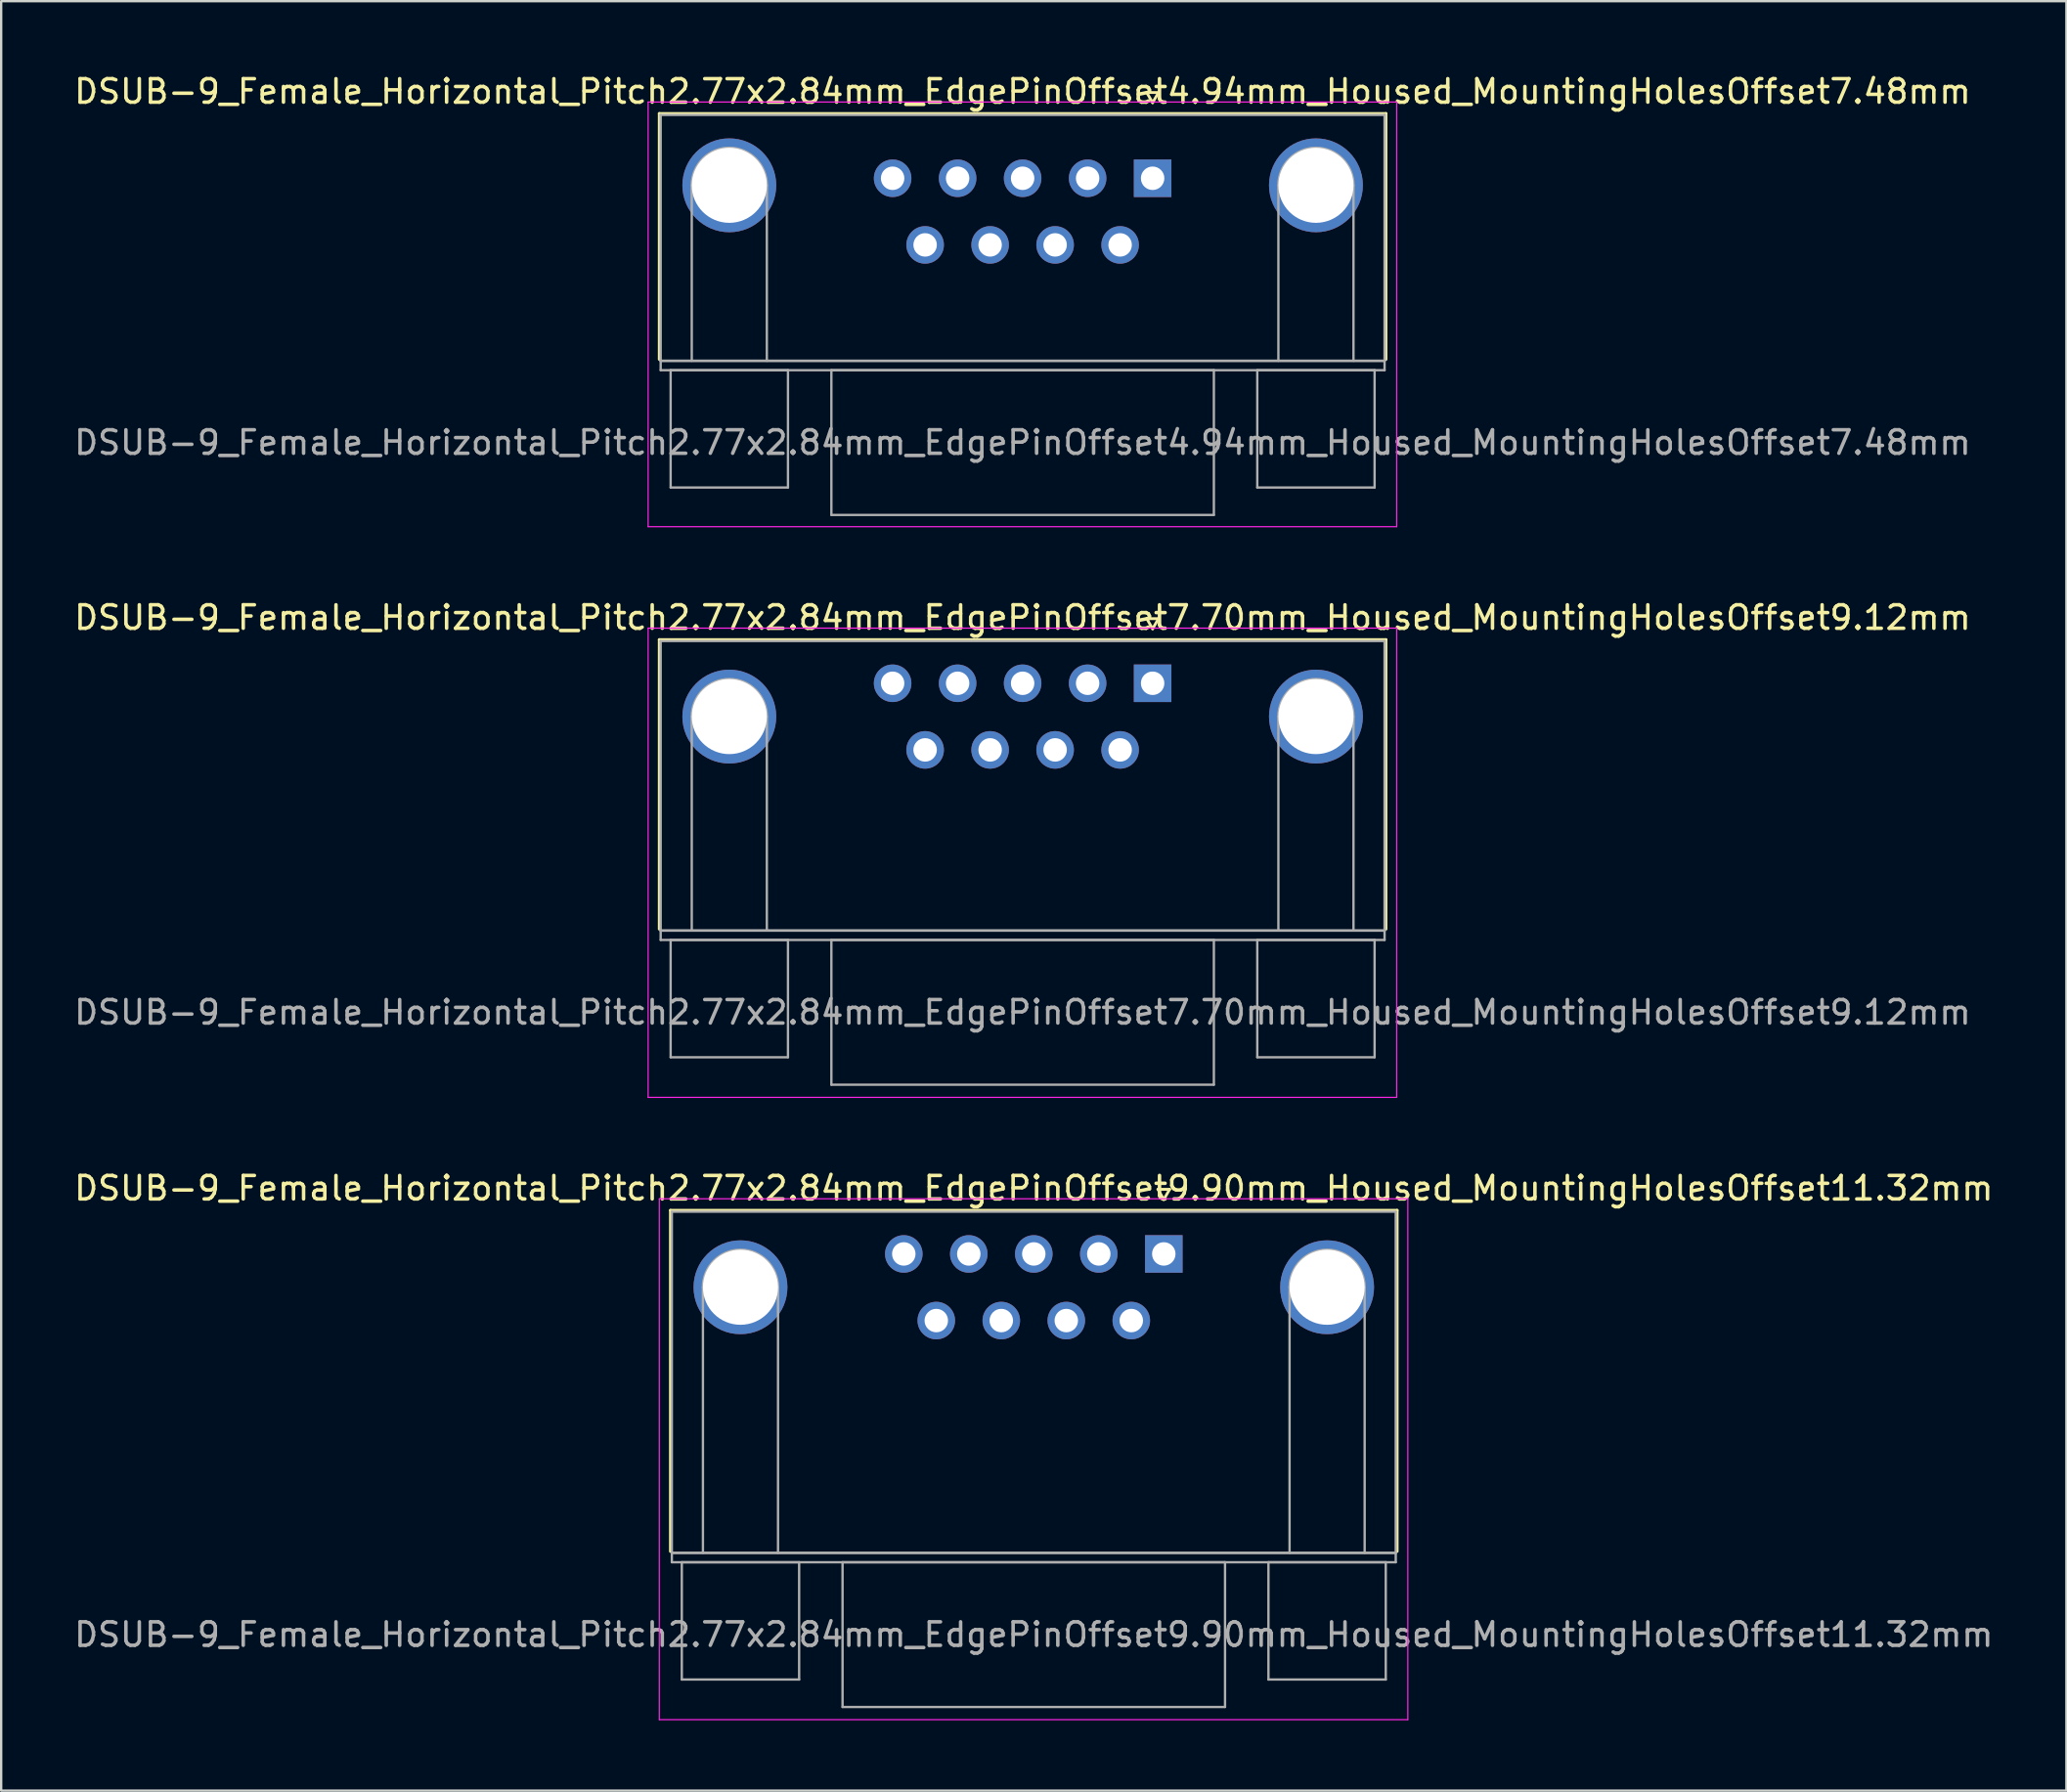
<source format=kicad_pcb>
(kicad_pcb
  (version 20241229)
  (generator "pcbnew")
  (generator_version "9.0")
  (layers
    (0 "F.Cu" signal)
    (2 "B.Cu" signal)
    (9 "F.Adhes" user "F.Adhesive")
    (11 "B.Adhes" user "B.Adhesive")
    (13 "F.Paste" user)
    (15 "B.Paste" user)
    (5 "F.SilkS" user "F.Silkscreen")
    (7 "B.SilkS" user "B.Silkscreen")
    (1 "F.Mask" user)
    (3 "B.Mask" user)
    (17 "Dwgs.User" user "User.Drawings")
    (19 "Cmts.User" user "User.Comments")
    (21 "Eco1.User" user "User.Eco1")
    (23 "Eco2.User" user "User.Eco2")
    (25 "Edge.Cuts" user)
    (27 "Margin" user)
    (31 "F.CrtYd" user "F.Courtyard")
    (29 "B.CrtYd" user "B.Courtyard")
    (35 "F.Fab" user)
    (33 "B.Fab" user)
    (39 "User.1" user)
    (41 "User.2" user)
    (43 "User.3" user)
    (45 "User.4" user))
  (footprint "DSUB-9_Female_Horizontal_Pitch2.77x2.84mm_EdgePinOffset9.90mm_Housed_MountingHolesOffset11.32mm"
    (layer "F.Cu")
    (at 46.546 50.395)
    (property "Reference" "DSUB-9_Female_Horizontal_Pitch2.77x2.84mm_EdgePinOffset9.90mm_Housed_MountingHolesOffset11.32mm" (at -5.54 -2.8 0) (layer "F.SilkS") (effects (font (size 1 1) (thickness 0.15))))
    (attr through_hole)
    (fp_line (start -21.025 -1.86) (end 9.945 -1.86) (stroke (width 0.12) (type solid)) (layer "F.SilkS"))
    (fp_line (start -21.025 12.68) (end -21.025 -1.86) (stroke (width 0.12) (type solid)) (layer "F.SilkS"))
    (fp_line (start -0.25 -2.754) (end 0.25 -2.754) (stroke (width 0.12) (type solid)) (layer "F.SilkS"))
    (fp_line (start 0 -2.321) (end -0.25 -2.754) (stroke (width 0.12) (type solid)) (layer "F.SilkS"))
    (fp_line (start 0.25 -2.754) (end 0 -2.321) (stroke (width 0.12) (type solid)) (layer "F.SilkS"))
    (fp_line (start 9.945 -1.86) (end 9.945 12.68) (stroke (width 0.12) (type solid)) (layer "F.SilkS"))
    (fp_line (start -21.5 -2.35) (end -21.5 19.85) (stroke (width 0.05) (type solid)) (layer "F.CrtYd"))
    (fp_line (start -21.5 19.85) (end 10.4 19.85) (stroke (width 0.05) (type solid)) (layer "F.CrtYd"))
    (fp_line (start 10.4 -2.35) (end -21.5 -2.35) (stroke (width 0.05) (type solid)) (layer "F.CrtYd"))
    (fp_line (start 10.4 19.85) (end 10.4 -2.35) (stroke (width 0.05) (type solid)) (layer "F.CrtYd"))
    (fp_line (start -20.965 -1.8) (end -20.965 12.74) (stroke (width 0.1) (type solid)) (layer "F.Fab"))
    (fp_line (start -20.965 12.74) (end -20.965 13.14) (stroke (width 0.1) (type solid)) (layer "F.Fab"))
    (fp_line (start -20.965 12.74) (end 9.885 12.74) (stroke (width 0.1) (type solid)) (layer "F.Fab"))
    (fp_line (start -20.965 13.14) (end 9.885 13.14) (stroke (width 0.1) (type solid)) (layer "F.Fab"))
    (fp_line (start -20.54 13.14) (end -20.54 18.14) (stroke (width 0.1) (type solid)) (layer "F.Fab"))
    (fp_line (start -20.54 18.14) (end -15.54 18.14) (stroke (width 0.1) (type solid)) (layer "F.Fab"))
    (fp_line (start -19.64 12.74) (end -19.64 1.42) (stroke (width 0.1) (type solid)) (layer "F.Fab"))
    (fp_line (start -16.44 12.74) (end -16.44 1.42) (stroke (width 0.1) (type solid)) (layer "F.Fab"))
    (fp_line (start -15.54 13.14) (end -20.54 13.14) (stroke (width 0.1) (type solid)) (layer "F.Fab"))
    (fp_line (start -15.54 18.14) (end -15.54 13.14) (stroke (width 0.1) (type solid)) (layer "F.Fab"))
    (fp_line (start -13.69 13.14) (end -13.69 19.31) (stroke (width 0.1) (type solid)) (layer "F.Fab"))
    (fp_line (start -13.69 19.31) (end 2.61 19.31) (stroke (width 0.1) (type solid)) (layer "F.Fab"))
    (fp_line (start 2.61 13.14) (end -13.69 13.14) (stroke (width 0.1) (type solid)) (layer "F.Fab"))
    (fp_line (start 2.61 19.31) (end 2.61 13.14) (stroke (width 0.1) (type solid)) (layer "F.Fab"))
    (fp_line (start 4.46 13.14) (end 4.46 18.14) (stroke (width 0.1) (type solid)) (layer "F.Fab"))
    (fp_line (start 4.46 18.14) (end 9.46 18.14) (stroke (width 0.1) (type solid)) (layer "F.Fab"))
    (fp_line (start 5.36 12.74) (end 5.36 1.42) (stroke (width 0.1) (type solid)) (layer "F.Fab"))
    (fp_line (start 8.56 12.74) (end 8.56 1.42) (stroke (width 0.1) (type solid)) (layer "F.Fab"))
    (fp_line (start 9.46 13.14) (end 4.46 13.14) (stroke (width 0.1) (type solid)) (layer "F.Fab"))
    (fp_line (start 9.46 18.14) (end 9.46 13.14) (stroke (width 0.1) (type solid)) (layer "F.Fab"))
    (fp_line (start 9.885 -1.8) (end -20.965 -1.8) (stroke (width 0.1) (type solid)) (layer "F.Fab"))
    (fp_line (start 9.885 12.74) (end -20.965 12.74) (stroke (width 0.1) (type solid)) (layer "F.Fab"))
    (fp_line (start 9.885 12.74) (end 9.885 -1.8) (stroke (width 0.1) (type solid)) (layer "F.Fab"))
    (fp_line (start 9.885 13.14) (end 9.885 12.74) (stroke (width 0.1) (type solid)) (layer "F.Fab"))
    (fp_arc (start -19.64 1.42) (mid -18.04 -0.18) (end -16.44 1.42) (stroke (width 0.1) (type solid)) (layer "F.Fab"))
    (fp_arc (start 5.36 1.42) (mid 6.96 -0.18) (end 8.56 1.42) (stroke (width 0.1) (type solid)) (layer "F.Fab"))
    (fp_text user "${REFERENCE}" (at -5.54 16.225 0) (layer "F.Fab") (effects (font (size 1 1) (thickness 0.15))))
    (pad "0" thru_hole circle (at -18.04 1.42) (size 4 4) (drill 3.2) (layers "*.Cu" "*.Mask"))
    (pad "0" thru_hole circle (at 6.96 1.42) (size 4 4) (drill 3.2) (layers "*.Cu" "*.Mask"))
    (pad "1" thru_hole rect (at 0 0) (size 1.6 1.6) (drill 1) (layers "*.Cu" "*.Mask"))
    (pad "2" thru_hole circle (at -2.77 0) (size 1.6 1.6) (drill 1) (layers "*.Cu" "*.Mask"))
    (pad "3" thru_hole circle (at -5.54 0) (size 1.6 1.6) (drill 1) (layers "*.Cu" "*.Mask"))
    (pad "4" thru_hole circle (at -8.31 0) (size 1.6 1.6) (drill 1) (layers "*.Cu" "*.Mask"))
    (pad "5" thru_hole circle (at -11.08 0) (size 1.6 1.6) (drill 1) (layers "*.Cu" "*.Mask"))
    (pad "6" thru_hole circle (at -1.385 2.84) (size 1.6 1.6) (drill 1) (layers "*.Cu" "*.Mask"))
    (pad "7" thru_hole circle (at -4.155 2.84) (size 1.6 1.6) (drill 1) (layers "*.Cu" "*.Mask"))
    (pad "8" thru_hole circle (at -6.925 2.84) (size 1.6 1.6) (drill 1) (layers "*.Cu" "*.Mask"))
    (pad "9" thru_hole circle (at -9.695 2.84) (size 1.6 1.6) (drill 1) (layers "*.Cu" "*.Mask")))
  (footprint "DSUB-9_Female_Horizontal_Pitch2.77x2.84mm_EdgePinOffset4.94mm_Housed_MountingHolesOffset7.48mm"
    (layer "F.Cu")
    (at 46.07 4.548)
    (property "Reference" "DSUB-9_Female_Horizontal_Pitch2.77x2.84mm_EdgePinOffset4.94mm_Housed_MountingHolesOffset7.48mm" (at -5.54 -3.7 0) (layer "F.SilkS") (effects (font (size 1 1) (thickness 0.15))))
    (attr through_hole)
    (fp_line (start -21.025 -2.76) (end 9.945 -2.76) (stroke (width 0.12) (type solid)) (layer "F.SilkS"))
    (fp_line (start -21.025 7.72) (end -21.025 -2.76) (stroke (width 0.12) (type solid)) (layer "F.SilkS"))
    (fp_line (start -0.25 -3.654) (end 0.25 -3.654) (stroke (width 0.12) (type solid)) (layer "F.SilkS"))
    (fp_line (start 0 -3.221) (end -0.25 -3.654) (stroke (width 0.12) (type solid)) (layer "F.SilkS"))
    (fp_line (start 0.25 -3.654) (end 0 -3.221) (stroke (width 0.12) (type solid)) (layer "F.SilkS"))
    (fp_line (start 9.945 -2.76) (end 9.945 7.72) (stroke (width 0.12) (type solid)) (layer "F.SilkS"))
    (fp_line (start -21.5 -3.25) (end -21.5 14.85) (stroke (width 0.05) (type solid)) (layer "F.CrtYd"))
    (fp_line (start -21.5 14.85) (end 10.4 14.85) (stroke (width 0.05) (type solid)) (layer "F.CrtYd"))
    (fp_line (start 10.4 -3.25) (end -21.5 -3.25) (stroke (width 0.05) (type solid)) (layer "F.CrtYd"))
    (fp_line (start 10.4 14.85) (end 10.4 -3.25) (stroke (width 0.05) (type solid)) (layer "F.CrtYd"))
    (fp_line (start -20.965 -2.7) (end -20.965 7.78) (stroke (width 0.1) (type solid)) (layer "F.Fab"))
    (fp_line (start -20.965 7.78) (end -20.965 8.18) (stroke (width 0.1) (type solid)) (layer "F.Fab"))
    (fp_line (start -20.965 7.78) (end 9.885 7.78) (stroke (width 0.1) (type solid)) (layer "F.Fab"))
    (fp_line (start -20.965 8.18) (end 9.885 8.18) (stroke (width 0.1) (type solid)) (layer "F.Fab"))
    (fp_line (start -20.54 8.18) (end -20.54 13.18) (stroke (width 0.1) (type solid)) (layer "F.Fab"))
    (fp_line (start -20.54 13.18) (end -15.54 13.18) (stroke (width 0.1) (type solid)) (layer "F.Fab"))
    (fp_line (start -19.64 7.78) (end -19.64 0.3) (stroke (width 0.1) (type solid)) (layer "F.Fab"))
    (fp_line (start -16.44 7.78) (end -16.44 0.3) (stroke (width 0.1) (type solid)) (layer "F.Fab"))
    (fp_line (start -15.54 8.18) (end -20.54 8.18) (stroke (width 0.1) (type solid)) (layer "F.Fab"))
    (fp_line (start -15.54 13.18) (end -15.54 8.18) (stroke (width 0.1) (type solid)) (layer "F.Fab"))
    (fp_line (start -13.69 8.18) (end -13.69 14.35) (stroke (width 0.1) (type solid)) (layer "F.Fab"))
    (fp_line (start -13.69 14.35) (end 2.61 14.35) (stroke (width 0.1) (type solid)) (layer "F.Fab"))
    (fp_line (start 2.61 8.18) (end -13.69 8.18) (stroke (width 0.1) (type solid)) (layer "F.Fab"))
    (fp_line (start 2.61 14.35) (end 2.61 8.18) (stroke (width 0.1) (type solid)) (layer "F.Fab"))
    (fp_line (start 4.46 8.18) (end 4.46 13.18) (stroke (width 0.1) (type solid)) (layer "F.Fab"))
    (fp_line (start 4.46 13.18) (end 9.46 13.18) (stroke (width 0.1) (type solid)) (layer "F.Fab"))
    (fp_line (start 5.36 7.78) (end 5.36 0.3) (stroke (width 0.1) (type solid)) (layer "F.Fab"))
    (fp_line (start 8.56 7.78) (end 8.56 0.3) (stroke (width 0.1) (type solid)) (layer "F.Fab"))
    (fp_line (start 9.46 8.18) (end 4.46 8.18) (stroke (width 0.1) (type solid)) (layer "F.Fab"))
    (fp_line (start 9.46 13.18) (end 9.46 8.18) (stroke (width 0.1) (type solid)) (layer "F.Fab"))
    (fp_line (start 9.885 -2.7) (end -20.965 -2.7) (stroke (width 0.1) (type solid)) (layer "F.Fab"))
    (fp_line (start 9.885 7.78) (end -20.965 7.78) (stroke (width 0.1) (type solid)) (layer "F.Fab"))
    (fp_line (start 9.885 7.78) (end 9.885 -2.7) (stroke (width 0.1) (type solid)) (layer "F.Fab"))
    (fp_line (start 9.885 8.18) (end 9.885 7.78) (stroke (width 0.1) (type solid)) (layer "F.Fab"))
    (fp_arc (start -19.64 0.3) (mid -18.04 -1.3) (end -16.44 0.3) (stroke (width 0.1) (type solid)) (layer "F.Fab"))
    (fp_arc (start 5.36 0.3) (mid 6.96 -1.3) (end 8.56 0.3) (stroke (width 0.1) (type solid)) (layer "F.Fab"))
    (fp_text user "${REFERENCE}" (at -5.54 11.265 0) (layer "F.Fab") (effects (font (size 1 1) (thickness 0.15))))
    (pad "0" thru_hole circle (at -18.04 0.3) (size 4 4) (drill 3.2) (layers "*.Cu" "*.Mask"))
    (pad "0" thru_hole circle (at 6.96 0.3) (size 4 4) (drill 3.2) (layers "*.Cu" "*.Mask"))
    (pad "1" thru_hole rect (at 0 0) (size 1.6 1.6) (drill 1) (layers "*.Cu" "*.Mask"))
    (pad "2" thru_hole circle (at -2.77 0) (size 1.6 1.6) (drill 1) (layers "*.Cu" "*.Mask"))
    (pad "3" thru_hole circle (at -5.54 0) (size 1.6 1.6) (drill 1) (layers "*.Cu" "*.Mask"))
    (pad "4" thru_hole circle (at -8.31 0) (size 1.6 1.6) (drill 1) (layers "*.Cu" "*.Mask"))
    (pad "5" thru_hole circle (at -11.08 0) (size 1.6 1.6) (drill 1) (layers "*.Cu" "*.Mask"))
    (pad "6" thru_hole circle (at -1.385 2.84) (size 1.6 1.6) (drill 1) (layers "*.Cu" "*.Mask"))
    (pad "7" thru_hole circle (at -4.155 2.84) (size 1.6 1.6) (drill 1) (layers "*.Cu" "*.Mask"))
    (pad "8" thru_hole circle (at -6.925 2.84) (size 1.6 1.6) (drill 1) (layers "*.Cu" "*.Mask"))
    (pad "9" thru_hole circle (at -9.695 2.84) (size 1.6 1.6) (drill 1) (layers "*.Cu" "*.Mask")))
  (footprint "DSUB-9_Female_Horizontal_Pitch2.77x2.84mm_EdgePinOffset7.70mm_Housed_MountingHolesOffset9.12mm"
    (layer "F.Cu")
    (at 46.07 26.072)
    (property "Reference" "DSUB-9_Female_Horizontal_Pitch2.77x2.84mm_EdgePinOffset7.70mm_Housed_MountingHolesOffset9.12mm" (at -5.54 -2.8 0) (layer "F.SilkS") (effects (font (size 1 1) (thickness 0.15))))
    (attr through_hole)
    (fp_line (start -21.025 -1.86) (end 9.945 -1.86) (stroke (width 0.12) (type solid)) (layer "F.SilkS"))
    (fp_line (start -21.025 10.48) (end -21.025 -1.86) (stroke (width 0.12) (type solid)) (layer "F.SilkS"))
    (fp_line (start -0.25 -2.754) (end 0.25 -2.754) (stroke (width 0.12) (type solid)) (layer "F.SilkS"))
    (fp_line (start 0 -2.321) (end -0.25 -2.754) (stroke (width 0.12) (type solid)) (layer "F.SilkS"))
    (fp_line (start 0.25 -2.754) (end 0 -2.321) (stroke (width 0.12) (type solid)) (layer "F.SilkS"))
    (fp_line (start 9.945 -1.86) (end 9.945 10.48) (stroke (width 0.12) (type solid)) (layer "F.SilkS"))
    (fp_line (start -21.5 -2.35) (end -21.5 17.65) (stroke (width 0.05) (type solid)) (layer "F.CrtYd"))
    (fp_line (start -21.5 17.65) (end 10.4 17.65) (stroke (width 0.05) (type solid)) (layer "F.CrtYd"))
    (fp_line (start 10.4 -2.35) (end -21.5 -2.35) (stroke (width 0.05) (type solid)) (layer "F.CrtYd"))
    (fp_line (start 10.4 17.65) (end 10.4 -2.35) (stroke (width 0.05) (type solid)) (layer "F.CrtYd"))
    (fp_line (start -20.965 -1.8) (end -20.965 10.54) (stroke (width 0.1) (type solid)) (layer "F.Fab"))
    (fp_line (start -20.965 10.54) (end -20.965 10.94) (stroke (width 0.1) (type solid)) (layer "F.Fab"))
    (fp_line (start -20.965 10.54) (end 9.885 10.54) (stroke (width 0.1) (type solid)) (layer "F.Fab"))
    (fp_line (start -20.965 10.94) (end 9.885 10.94) (stroke (width 0.1) (type solid)) (layer "F.Fab"))
    (fp_line (start -20.54 10.94) (end -20.54 15.94) (stroke (width 0.1) (type solid)) (layer "F.Fab"))
    (fp_line (start -20.54 15.94) (end -15.54 15.94) (stroke (width 0.1) (type solid)) (layer "F.Fab"))
    (fp_line (start -19.64 10.54) (end -19.64 1.42) (stroke (width 0.1) (type solid)) (layer "F.Fab"))
    (fp_line (start -16.44 10.54) (end -16.44 1.42) (stroke (width 0.1) (type solid)) (layer "F.Fab"))
    (fp_line (start -15.54 10.94) (end -20.54 10.94) (stroke (width 0.1) (type solid)) (layer "F.Fab"))
    (fp_line (start -15.54 15.94) (end -15.54 10.94) (stroke (width 0.1) (type solid)) (layer "F.Fab"))
    (fp_line (start -13.69 10.94) (end -13.69 17.11) (stroke (width 0.1) (type solid)) (layer "F.Fab"))
    (fp_line (start -13.69 17.11) (end 2.61 17.11) (stroke (width 0.1) (type solid)) (layer "F.Fab"))
    (fp_line (start 2.61 10.94) (end -13.69 10.94) (stroke (width 0.1) (type solid)) (layer "F.Fab"))
    (fp_line (start 2.61 17.11) (end 2.61 10.94) (stroke (width 0.1) (type solid)) (layer "F.Fab"))
    (fp_line (start 4.46 10.94) (end 4.46 15.94) (stroke (width 0.1) (type solid)) (layer "F.Fab"))
    (fp_line (start 4.46 15.94) (end 9.46 15.94) (stroke (width 0.1) (type solid)) (layer "F.Fab"))
    (fp_line (start 5.36 10.54) (end 5.36 1.42) (stroke (width 0.1) (type solid)) (layer "F.Fab"))
    (fp_line (start 8.56 10.54) (end 8.56 1.42) (stroke (width 0.1) (type solid)) (layer "F.Fab"))
    (fp_line (start 9.46 10.94) (end 4.46 10.94) (stroke (width 0.1) (type solid)) (layer "F.Fab"))
    (fp_line (start 9.46 15.94) (end 9.46 10.94) (stroke (width 0.1) (type solid)) (layer "F.Fab"))
    (fp_line (start 9.885 -1.8) (end -20.965 -1.8) (stroke (width 0.1) (type solid)) (layer "F.Fab"))
    (fp_line (start 9.885 10.54) (end -20.965 10.54) (stroke (width 0.1) (type solid)) (layer "F.Fab"))
    (fp_line (start 9.885 10.54) (end 9.885 -1.8) (stroke (width 0.1) (type solid)) (layer "F.Fab"))
    (fp_line (start 9.885 10.94) (end 9.885 10.54) (stroke (width 0.1) (type solid)) (layer "F.Fab"))
    (fp_arc (start -19.64 1.42) (mid -18.04 -0.18) (end -16.44 1.42) (stroke (width 0.1) (type solid)) (layer "F.Fab"))
    (fp_arc (start 5.36 1.42) (mid 6.96 -0.18) (end 8.56 1.42) (stroke (width 0.1) (type solid)) (layer "F.Fab"))
    (fp_text user "${REFERENCE}" (at -5.54 14.025 0) (layer "F.Fab") (effects (font (size 1 1) (thickness 0.15))))
    (pad "0" thru_hole circle (at -18.04 1.42) (size 4 4) (drill 3.2) (layers "*.Cu" "*.Mask"))
    (pad "0" thru_hole circle (at 6.96 1.42) (size 4 4) (drill 3.2) (layers "*.Cu" "*.Mask"))
    (pad "1" thru_hole rect (at 0 0) (size 1.6 1.6) (drill 1) (layers "*.Cu" "*.Mask"))
    (pad "2" thru_hole circle (at -2.77 0) (size 1.6 1.6) (drill 1) (layers "*.Cu" "*.Mask"))
    (pad "3" thru_hole circle (at -5.54 0) (size 1.6 1.6) (drill 1) (layers "*.Cu" "*.Mask"))
    (pad "4" thru_hole circle (at -8.31 0) (size 1.6 1.6) (drill 1) (layers "*.Cu" "*.Mask"))
    (pad "5" thru_hole circle (at -11.08 0) (size 1.6 1.6) (drill 1) (layers "*.Cu" "*.Mask"))
    (pad "6" thru_hole circle (at -1.385 2.84) (size 1.6 1.6) (drill 1) (layers "*.Cu" "*.Mask"))
    (pad "7" thru_hole circle (at -4.155 2.84) (size 1.6 1.6) (drill 1) (layers "*.Cu" "*.Mask"))
    (pad "8" thru_hole circle (at -6.925 2.84) (size 1.6 1.6) (drill 1) (layers "*.Cu" "*.Mask"))
    (pad "9" thru_hole circle (at -9.695 2.84) (size 1.6 1.6) (drill 1) (layers "*.Cu" "*.Mask")))
  (gr_rect
    (start -3 -3)
    (end 85.012 73.27)
    (stroke (width 0.1) (type default))
    (fill no)
    (layer "Edge.Cuts")))
</source>
